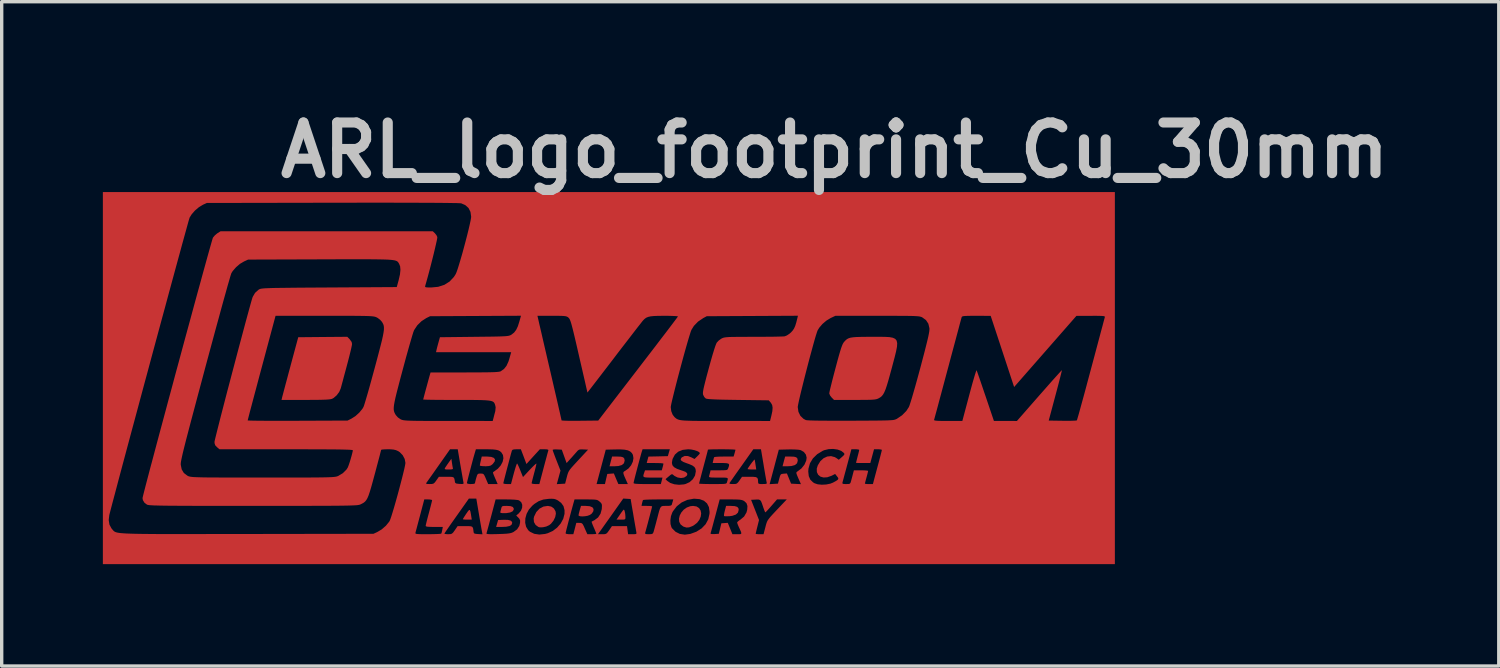
<source format=kicad_pcb>
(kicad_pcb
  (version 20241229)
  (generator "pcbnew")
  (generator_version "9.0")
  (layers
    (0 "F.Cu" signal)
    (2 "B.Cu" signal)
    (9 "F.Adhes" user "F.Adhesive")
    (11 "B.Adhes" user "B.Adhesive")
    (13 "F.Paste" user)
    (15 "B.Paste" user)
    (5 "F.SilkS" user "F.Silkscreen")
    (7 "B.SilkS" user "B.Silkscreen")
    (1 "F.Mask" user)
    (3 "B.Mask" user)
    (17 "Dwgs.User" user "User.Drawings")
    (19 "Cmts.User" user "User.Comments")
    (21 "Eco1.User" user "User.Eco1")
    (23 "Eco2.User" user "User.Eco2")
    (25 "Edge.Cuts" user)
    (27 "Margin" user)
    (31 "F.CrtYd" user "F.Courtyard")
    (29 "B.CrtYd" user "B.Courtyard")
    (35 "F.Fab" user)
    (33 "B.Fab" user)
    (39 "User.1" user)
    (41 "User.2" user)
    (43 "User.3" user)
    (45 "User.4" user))
  (footprint "ARL_logo_footprint_Cu_30mm"
    (layer "F.Cu")
    (at 14.991 8.16)
    (property "Reference" "ARL_logo_footprint_Cu_30mm" (at 6.706 -6.756 0) (layer "Dwgs.User") (effects (font (size 1.5 1.5) (thickness 0.3))))
    (attr board_only exclude_from_pos_files exclude_from_bom)
    (fp_poly (pts (xy -2.986 4.204) (xy -2.903 4.224) (xy -2.861 4.262) (xy -2.854 4.293) (xy -2.874 4.349) (xy -2.933 4.387) (xy -3.034 4.408) (xy -3.146 4.413) (xy -3.331 4.413) (xy -3.301 4.311) (xy -3.272 4.209) (xy -3.112 4.202)) (stroke (width 0) (type solid)) (fill yes) (layer "F.Cu"))
    (fp_poly (pts (xy 0.369 2.331) (xy 0.435 2.349) (xy 0.469 2.385) (xy 0.48 2.442) (xy 0.48 2.45) (xy 0.459 2.526) (xy 0.396 2.579) (xy 0.293 2.608) (xy 0.193 2.614) (xy 0.032 2.614) (xy 0.069 2.47) (xy 0.107 2.327) (xy 0.265 2.327)) (stroke (width 0) (type solid)) (fill yes) (layer "F.Cu"))
    (fp_poly (pts (xy 5.502 2.331) (xy 5.567 2.349) (xy 5.602 2.384) (xy 5.612 2.442) (xy 5.612 2.45) (xy 5.592 2.526) (xy 5.529 2.579) (xy 5.425 2.608) (xy 5.324 2.614) (xy 5.162 2.614) (xy 5.2 2.47) (xy 5.239 2.327) (xy 5.397 2.327)) (stroke (width 0) (type solid)) (fill yes) (layer "F.Cu"))
    (fp_poly (pts (xy -4.11 3.913) (xy -4.094 3.954) (xy -4.078 4.038) (xy -4.069 4.095) (xy -4.053 4.197) (xy -4.185 4.197) (xy -4.257 4.195) (xy -4.305 4.19) (xy -4.317 4.184) (xy -4.305 4.159) (xy -4.272 4.106) (xy -4.225 4.034) (xy -4.217 4.023) (xy -4.166 3.95) (xy -4.133 3.912)) (stroke (width 0) (type solid)) (fill yes) (layer "F.Cu"))
    (fp_poly (pts (xy 0.469 3.912) (xy 0.484 3.96) (xy 0.497 4.03) (xy 0.503 4.111) (xy 0.503 4.131) (xy 0.501 4.169) (xy 0.485 4.189) (xy 0.444 4.196) (xy 0.371 4.197) (xy 0.238 4.197) (xy 0.335 4.055) (xy 0.385 3.983) (xy 0.427 3.927) (xy 0.452 3.9) (xy 0.453 3.9)) (stroke (width 0) (type solid)) (fill yes) (layer "F.Cu"))
    (fp_poly (pts (xy 4.341 2.448) (xy 4.352 2.512) (xy 4.361 2.572) (xy 4.382 2.71) (xy 4.254 2.71) (xy 4.183 2.708) (xy 4.136 2.702) (xy 4.125 2.697) (xy 4.138 2.67) (xy 4.17 2.621) (xy 4.213 2.56) (xy 4.259 2.498) (xy 4.3 2.447) (xy 4.327 2.418) (xy 4.334 2.415)) (stroke (width 0) (type solid)) (fill yes) (layer "F.Cu"))
    (fp_poly (pts (xy -4.641 2.509) (xy -4.629 2.587) (xy -4.618 2.65) (xy -4.613 2.668) (xy -4.613 2.692) (xy -4.635 2.705) (xy -4.69 2.71) (xy -4.736 2.71) (xy -4.812 2.709) (xy -4.848 2.702) (xy -4.855 2.686) (xy -4.848 2.668) (xy -4.821 2.626) (xy -4.778 2.562) (xy -4.741 2.509) (xy -4.657 2.392)) (stroke (width 0) (type solid)) (fill yes) (layer "F.Cu"))
    (fp_poly (pts (xy 3.741 3.796) (xy 3.814 3.817) (xy 3.852 3.855) (xy 3.862 3.906) (xy 3.84 3.988) (xy 3.777 4.047) (xy 3.672 4.084) (xy 3.593 4.095) (xy 3.512 4.098) (xy 3.452 4.097) (xy 3.427 4.091) (xy 3.424 4.061) (xy 3.434 4) (xy 3.45 3.932) (xy 3.488 3.79) (xy 3.628 3.79)) (stroke (width 0) (type solid)) (fill yes) (layer "F.Cu"))
    (fp_poly (pts (xy -0.553 3.8) (xy -0.476 3.831) (xy -0.442 3.883) (xy -0.448 3.947) (xy -0.492 4.015) (xy -0.553 4.059) (xy -0.619 4.083) (xy -0.698 4.097) (xy -0.777 4.102) (xy -0.843 4.097) (xy -0.882 4.081) (xy -0.887 4.07) (xy -0.881 4.03) (xy -0.864 3.963) (xy -0.851 3.914) (xy -0.814 3.79) (xy -0.673 3.79)) (stroke (width 0) (type solid)) (fill yes) (layer "F.Cu"))
    (fp_poly (pts (xy -3.477 2.337) (xy -3.399 2.366) (xy -3.364 2.411) (xy -3.373 2.471) (xy -3.427 2.543) (xy -3.445 2.56) (xy -3.489 2.592) (xy -3.543 2.608) (xy -3.624 2.614) (xy -3.659 2.614) (xy -3.738 2.611) (xy -3.794 2.603) (xy -3.814 2.592) (xy -3.809 2.558) (xy -3.796 2.494) (xy -3.785 2.448) (xy -3.757 2.327) (xy -3.595 2.327)) (stroke (width 0) (type solid)) (fill yes) (layer "F.Cu"))
    (fp_poly (pts (xy -2.903 3.797) (xy -2.837 3.821) (xy -2.809 3.863) (xy -2.81 3.902) (xy -2.844 3.952) (xy -2.918 3.986) (xy -3.028 4.004) (xy -3.078 4.005) (xy -3.156 4.004) (xy -3.196 3.996) (xy -3.208 3.98) (xy -3.205 3.964) (xy -3.19 3.908) (xy -3.177 3.856) (xy -3.165 3.82) (xy -3.144 3.8) (xy -3.102 3.791) (xy -3.025 3.79) (xy -3.01 3.79)) (stroke (width 0) (type solid)) (fill yes) (layer "F.Cu"))
    (fp_poly (pts (xy -1.697 3.81) (xy -1.617 3.867) (xy -1.569 3.951) (xy -1.559 4.02) (xy -1.579 4.121) (xy -1.63 4.227) (xy -1.703 4.318) (xy -1.758 4.362) (xy -1.846 4.402) (xy -1.945 4.424) (xy -2.034 4.426) (xy -2.075 4.416) (xy -2.16 4.355) (xy -2.209 4.269) (xy -2.218 4.165) (xy -2.205 4.107) (xy -2.14 3.973) (xy -2.046 3.872) (xy -1.928 3.81) (xy -1.798 3.79)) (stroke (width 0) (type solid)) (fill yes) (layer "F.Cu"))
    (fp_poly (pts (xy 2.613 3.807) (xy 2.687 3.855) (xy 2.732 3.926) (xy 2.749 4.012) (xy 2.736 4.106) (xy 2.696 4.202) (xy 2.628 4.291) (xy 2.532 4.366) (xy 2.482 4.392) (xy 2.389 4.427) (xy 2.313 4.432) (xy 2.235 4.408) (xy 2.215 4.399) (xy 2.138 4.339) (xy 2.098 4.261) (xy 2.091 4.171) (xy 2.113 4.076) (xy 2.161 3.984) (xy 2.232 3.902) (xy 2.322 3.838) (xy 2.427 3.799) (xy 2.509 3.79)) (stroke (width 0) (type solid)) (fill yes) (layer "F.Cu"))
    (fp_poly (pts (xy -7.674 -1.153) (xy -7.615 -1.071) (xy -7.603 -1.01) (xy -7.609 -0.967) (xy -7.626 -0.885) (xy -7.653 -0.772) (xy -7.687 -0.634) (xy -7.727 -0.48) (xy -7.757 -0.367) (xy -7.801 -0.203) (xy -7.843 -0.048) (xy -7.879 0.088) (xy -7.909 0.199) (xy -7.93 0.277) (xy -7.938 0.306) (xy -7.984 0.413) (xy -8.06 0.513) (xy -8.149 0.59) (xy -8.196 0.615) (xy -8.232 0.625) (xy -8.289 0.633) (xy -8.373 0.639) (xy -8.488 0.643) (xy -8.639 0.646) (xy -8.83 0.647) (xy -8.983 0.648) (xy -9.694 0.648) (xy -9.678 0.582) (xy -9.669 0.544) (xy -9.648 0.466) (xy -9.618 0.352) (xy -9.58 0.209) (xy -9.535 0.042) (xy -9.486 -0.143) (xy -9.432 -0.341) (xy -9.431 -0.348) (xy -9.198 -1.211) (xy -8.471 -1.218) (xy -7.744 -1.224)) (stroke (width 0) (type solid)) (fill yes) (layer "F.Cu"))
    (fp_poly (pts (xy 8.193 -1.222) (xy 8.329 -1.215) (xy 8.431 -1.196) (xy 8.502 -1.163) (xy 8.544 -1.111) (xy 8.561 -1.035) (xy 8.555 -0.931) (xy 8.529 -0.795) (xy 8.487 -0.623) (xy 8.43 -0.409) (xy 8.405 -0.314) (xy 8.345 -0.094) (xy 8.295 0.086) (xy 8.252 0.228) (xy 8.214 0.339) (xy 8.178 0.424) (xy 8.143 0.486) (xy 8.107 0.532) (xy 8.066 0.567) (xy 8.02 0.595) (xy 8.012 0.599) (xy 7.98 0.614) (xy 7.944 0.626) (xy 7.9 0.634) (xy 7.839 0.64) (xy 7.756 0.644) (xy 7.645 0.646) (xy 7.499 0.647) (xy 7.311 0.648) (xy 7.303 0.648) (xy 6.688 0.648) (xy 6.618 0.577) (xy 6.573 0.519) (xy 6.549 0.463) (xy 6.547 0.452) (xy 6.553 0.415) (xy 6.57 0.338) (xy 6.597 0.228) (xy 6.631 0.09) (xy 6.672 -0.069) (xy 6.718 -0.243) (xy 6.733 -0.299) (xy 6.787 -0.502) (xy 6.832 -0.665) (xy 6.869 -0.791) (xy 6.899 -0.888) (xy 6.925 -0.959) (xy 6.947 -1.011) (xy 6.969 -1.049) (xy 6.99 -1.076) (xy 7.03 -1.119) (xy 7.07 -1.153) (xy 7.116 -1.178) (xy 7.174 -1.197) (xy 7.251 -1.209) (xy 7.352 -1.217) (xy 7.484 -1.221) (xy 7.653 -1.223) (xy 7.808 -1.223) (xy 8.02 -1.224)) (stroke (width 0) (type solid)) (fill yes) (layer "F.Cu"))
    (pad "1" smd custom (at 0 -3.454) (size 1.524 1.524) (layers "F.Cu" "F.Mask" "F.Paste") (options (anchor circle)) (primitives (gr_poly (pts (xy 15.015 3.454) (xy 15.015 8.971) (xy 0.012 8.971) (xy -14.991 8.971) (xy -14.991 7.664) (xy -14.818 7.664) (xy -14.796 7.799) (xy -14.735 7.912) (xy -14.719 7.931) (xy -14.702 7.951) (xy -14.687 7.968) (xy -14.672 7.985) (xy -14.655 7.999) (xy -14.633 8.012) (xy -14.605 8.024) (xy -14.568 8.034) (xy -14.52 8.043) (xy -14.458 8.051) (xy -14.38 8.057) (xy -14.285 8.063) (xy -14.169 8.067) (xy -14.032 8.071) (xy -13.869 8.074) (xy -13.68 8.076) (xy -13.461 8.078) (xy -13.211 8.079) (xy -12.928 8.079) (xy -12.609 8.079) (xy -12.251 8.079) (xy -11.854 8.078) (xy -11.413 8.078) (xy -10.929 8.077) (xy -10.709 8.077) (xy -6.968 8.071) (xy -6.937 8.057) (xy -5.725 8.057) (xy -5.713 8.068) (xy -5.683 8.076) (xy -5.627 8.08) (xy -5.539 8.083) (xy -5.412 8.083) (xy -5.352 8.083) (xy -5.221 8.082) (xy -5.108 8.079) (xy -5.021 8.075) (xy -4.968 8.069) (xy -4.956 8.065) (xy -4.956 8.063) (xy -4.865 8.063) (xy -4.848 8.075) (xy -4.797 8.082) (xy -4.755 8.083) (xy -4.688 8.081) (xy -4.644 8.068) (xy -4.607 8.036) (xy -4.561 7.973) (xy -4.555 7.964) (xy -4.473 7.844) (xy -4.252 7.844) (xy -4.145 7.844) (xy -4.076 7.849) (xy -4.037 7.866) (xy -4.016 7.901) (xy -4.006 7.959) (xy -4 8.012) (xy -3.992 8.047) (xy -3.968 8.066) (xy -3.917 8.075) (xy -3.864 8.079) (xy -3.735 8.086) (xy -3.741 8.056) (xy -3.617 8.056) (xy -3.614 8.069) (xy -3.591 8.077) (xy -3.54 8.082) (xy -3.457 8.083) (xy -3.335 8.081) (xy -3.272 8.079) (xy -3.127 8.074) (xy -3.021 8.068) (xy -2.944 8.059) (xy -2.886 8.047) (xy -2.839 8.029) (xy -2.816 8.018) (xy -2.71 7.94) (xy -2.644 7.839) (xy -2.621 7.746) (xy -2.621 7.744) (xy -2.469 7.744) (xy -2.442 7.864) (xy -2.38 7.964) (xy -2.329 8.009) (xy -2.202 8.071) (xy -2.051 8.094) (xy -1.882 8.076) (xy -1.81 8.057) (xy -1.271 8.057) (xy -1.249 8.073) (xy -1.19 8.082) (xy -1.156 8.083) (xy -1.041 8.083) (xy -0.997 7.916) (xy -0.954 7.748) (xy -0.864 7.748) (xy -0.818 7.75) (xy -0.786 7.762) (xy -0.759 7.793) (xy -0.728 7.853) (xy -0.701 7.916) (xy -0.626 8.083) (xy -0.493 8.083) (xy -0.31 8.083) (xy -0.185 8.083) (xy -0.114 8.082) (xy -0.069 8.07) (xy -0.032 8.038) (xy 0.012 7.978) (xy 0.022 7.964) (xy 0.103 7.844) (xy 0.327 7.844) (xy 0.55 7.844) (xy 0.566 7.964) (xy 0.582 8.083) (xy 0.71 8.083) (xy 0.784 8.082) (xy 0.821 8.075) (xy 0.831 8.055) (xy 0.826 8.018) (xy 0.818 7.974) (xy 0.804 7.891) (xy 0.784 7.779) (xy 0.761 7.645) (xy 0.736 7.499) (xy 0.736 7.496) (xy 0.692 7.244) (xy 0.98 7.244) (xy 1.137 7.244) (xy 1.217 7.246) (xy 1.274 7.251) (xy 1.295 7.258) (xy 1.289 7.284) (xy 1.274 7.347) (xy 1.25 7.437) (xy 1.222 7.546) (xy 1.191 7.663) (xy 1.16 7.781) (xy 1.131 7.888) (xy 1.107 7.976) (xy 1.09 8.036) (xy 1.088 8.042) (xy 1.088 8.067) (xy 1.111 8.079) (xy 1.169 8.083) (xy 1.196 8.083) (xy 1.268 8.081) (xy 1.307 8.069) (xy 1.328 8.039) (xy 1.34 8.006) (xy 1.355 7.952) (xy 1.379 7.864) (xy 1.409 7.754) (xy 1.431 7.667) (xy 1.836 7.667) (xy 1.84 7.782) (xy 1.867 7.876) (xy 1.884 7.906) (xy 1.99 8.012) (xy 2.117 8.075) (xy 2.264 8.097) (xy 2.426 8.075) (xy 2.482 8.055) (xy 3.028 8.055) (xy 3.032 8.073) (xy 3.069 8.08) (xy 3.144 8.079) (xy 3.272 8.071) (xy 3.31 7.916) (xy 3.348 7.76) (xy 3.443 7.753) (xy 3.538 7.746) (xy 3.607 7.915) (xy 3.675 8.083) (xy 3.816 8.083) (xy 3.884 8.084) (xy 3.925 8.078) (xy 3.94 8.059) (xy 3.932 8.019) (xy 3.902 7.949) (xy 3.864 7.868) (xy 3.835 7.8) (xy 3.818 7.75) (xy 3.815 7.736) (xy 3.834 7.71) (xy 3.881 7.672) (xy 3.912 7.652) (xy 4.022 7.559) (xy 4.092 7.439) (xy 4.114 7.358) (xy 4.121 7.247) (xy 4.092 7.163) (xy 4.025 7.101) (xy 4.023 7.099) (xy 3.985 7.08) (xy 3.94 7.067) (xy 3.922 7.064) (xy 4.229 7.064) (xy 4.347 7.364) (xy 4.464 7.663) (xy 4.415 7.86) (xy 4.392 7.952) (xy 4.375 8.024) (xy 4.366 8.065) (xy 4.365 8.071) (xy 4.387 8.078) (xy 4.442 8.083) (xy 4.482 8.083) (xy 4.598 8.083) (xy 4.653 7.874) (xy 4.669 7.811) (xy 4.684 7.761) (xy 4.7 7.716) (xy 4.722 7.673) (xy 4.755 7.626) (xy 4.801 7.569) (xy 4.866 7.497) (xy 4.952 7.405) (xy 5.064 7.287) (xy 5.167 7.178) (xy 5.287 7.052) (xy 5.142 7.052) (xy 4.998 7.052) (xy 4.831 7.244) (xy 4.762 7.323) (xy 4.704 7.386) (xy 4.665 7.426) (xy 4.652 7.436) (xy 4.638 7.415) (xy 4.616 7.36) (xy 4.588 7.282) (xy 4.586 7.274) (xy 4.551 7.171) (xy 4.524 7.106) (xy 4.494 7.07) (xy 4.455 7.056) (xy 4.398 7.055) (xy 4.361 7.057) (xy 4.229 7.064) (xy 3.922 7.064) (xy 3.878 7.058) (xy 3.791 7.054) (xy 3.668 7.052) (xy 3.622 7.052) (xy 3.298 7.052) (xy 3.169 7.538) (xy 3.129 7.685) (xy 3.094 7.817) (xy 3.064 7.927) (xy 3.042 8.007) (xy 3.029 8.05) (xy 3.028 8.055) (xy 2.482 8.055) (xy 2.602 8.011) (xy 2.608 8.009) (xy 2.762 7.911) (xy 2.881 7.787) (xy 2.96 7.64) (xy 2.996 7.475) (xy 2.998 7.422) (xy 2.979 7.281) (xy 2.923 7.171) (xy 2.831 7.091) (xy 2.706 7.044) (xy 2.55 7.031) (xy 2.523 7.032) (xy 2.338 7.066) (xy 2.17 7.142) (xy 2.026 7.255) (xy 1.913 7.403) (xy 1.892 7.441) (xy 1.853 7.548) (xy 1.836 7.667) (xy 1.431 7.667) (xy 1.439 7.64) (xy 1.476 7.496) (xy 1.504 7.392) (xy 1.528 7.321) (xy 1.553 7.277) (xy 1.582 7.254) (xy 1.621 7.245) (xy 1.673 7.244) (xy 1.713 7.244) (xy 1.8 7.242) (xy 1.85 7.233) (xy 1.874 7.215) (xy 1.879 7.202) (xy 1.896 7.144) (xy 1.907 7.106) (xy 1.922 7.052) (xy 1.478 7.052) (xy 1.337 7.053) (xy 1.214 7.056) (xy 1.115 7.06) (xy 1.049 7.065) (xy 1.024 7.07) (xy 1.012 7.104) (xy 0.997 7.162) (xy 0.996 7.166) (xy 0.98 7.244) (xy 0.692 7.244) (xy 0.658 7.04) (xy 0.548 7.033) (xy 0.439 7.026) (xy 0.065 7.555) (xy -0.31 8.083) (xy -0.493 8.083) (xy -0.42 8.081) (xy -0.372 8.075) (xy -0.36 8.07) (xy -0.369 8.042) (xy -0.393 7.983) (xy -0.426 7.904) (xy -0.434 7.887) (xy -0.468 7.807) (xy -0.491 7.745) (xy -0.5 7.714) (xy -0.5 7.713) (xy -0.475 7.698) (xy -0.425 7.672) (xy -0.415 7.667) (xy -0.308 7.587) (xy -0.235 7.475) (xy -0.198 7.338) (xy -0.197 7.318) (xy -0.193 7.238) (xy -0.2 7.189) (xy -0.224 7.152) (xy -0.263 7.116) (xy -0.295 7.091) (xy -0.326 7.073) (xy -0.366 7.062) (xy -0.423 7.056) (xy -0.507 7.053) (xy -0.627 7.052) (xy -0.673 7.052) (xy -1.006 7.052) (xy -1.042 7.178) (xy -1.075 7.299) (xy -1.112 7.434) (xy -1.149 7.573) (xy -1.185 7.708) (xy -1.217 7.832) (xy -1.244 7.937) (xy -1.262 8.013) (xy -1.271 8.054) (xy -1.271 8.057) (xy -1.81 8.057) (xy -1.799 8.054) (xy -1.651 7.987) (xy -1.522 7.888) (xy -1.416 7.765) (xy -1.341 7.626) (xy -1.303 7.481) (xy -1.302 7.371) (xy -1.333 7.251) (xy -1.402 7.155) (xy -1.501 7.081) (xy -1.559 7.052) (xy -1.616 7.036) (xy -1.69 7.032) (xy -1.775 7.035) (xy -1.934 7.056) (xy -2.069 7.104) (xy -2.197 7.186) (xy -2.259 7.239) (xy -2.359 7.352) (xy -2.427 7.479) (xy -2.464 7.613) (xy -2.469 7.744) (xy -2.621 7.744) (xy -2.619 7.676) (xy -2.643 7.624) (xy -2.672 7.592) (xy -2.735 7.529) (xy -2.664 7.47) (xy -2.596 7.39) (xy -2.56 7.3) (xy -2.556 7.212) (xy -2.586 7.135) (xy -2.649 7.081) (xy -2.653 7.079) (xy -2.702 7.068) (xy -2.789 7.059) (xy -2.906 7.054) (xy -3.029 7.052) (xy -3.346 7.052) (xy -3.475 7.538) (xy -3.515 7.685) (xy -3.55 7.817) (xy -3.58 7.927) (xy -3.603 8.008) (xy -3.615 8.052) (xy -3.617 8.056) (xy -3.741 8.056) (xy -3.748 8.019) (xy -3.756 7.975) (xy -3.771 7.892) (xy -3.791 7.779) (xy -3.814 7.645) (xy -3.839 7.497) (xy -3.84 7.49) (xy -3.918 7.028) (xy -4.029 7.028) (xy -4.139 7.028) (xy -4.498 7.536) (xy -4.595 7.673) (xy -4.683 7.798) (xy -4.757 7.905) (xy -4.815 7.989) (xy -4.852 8.044) (xy -4.865 8.063) (xy -4.956 8.063) (xy -4.945 8.032) (xy -4.931 7.972) (xy -4.928 7.957) (xy -4.912 7.868) (xy -5.166 7.868) (xy -5.288 7.866) (xy -5.367 7.861) (xy -5.409 7.851) (xy -5.42 7.838) (xy -5.414 7.805) (xy -5.398 7.735) (xy -5.373 7.636) (xy -5.342 7.518) (xy -5.324 7.453) (xy -5.291 7.328) (xy -5.263 7.22) (xy -5.242 7.136) (xy -5.23 7.085) (xy -5.229 7.075) (xy -5.25 7.062) (xy -5.305 7.054) (xy -5.345 7.052) (xy -5.461 7.052) (xy -5.586 7.526) (xy -5.625 7.672) (xy -5.66 7.804) (xy -5.689 7.914) (xy -5.711 7.994) (xy -5.722 8.038) (xy -5.723 8.042) (xy -5.725 8.057) (xy -6.937 8.057) (xy -6.857 8.02) (xy -6.724 7.941) (xy -6.6 7.833) (xy -6.503 7.714) (xy -6.488 7.69) (xy -6.468 7.642) (xy -6.438 7.555) (xy -6.401 7.435) (xy -6.357 7.29) (xy -6.31 7.126) (xy -6.261 6.951) (xy -6.212 6.77) (xy -6.165 6.592) (xy -6.163 6.584) (xy -5.406 6.584) (xy -5.375 6.594) (xy -5.303 6.596) (xy -5.303 6.596) (xy -5.23 6.594) (xy -5.184 6.58) (xy -5.145 6.545) (xy -5.104 6.488) (xy -5.028 6.381) (xy -4.805 6.381) (xy -4.699 6.381) (xy -4.631 6.385) (xy -4.592 6.4) (xy -4.571 6.431) (xy -4.559 6.485) (xy -4.552 6.536) (xy -4.54 6.565) (xy -4.506 6.582) (xy -4.44 6.59) (xy -4.416 6.592) (xy -4.342 6.595) (xy -4.306 6.59) (xy -4.296 6.572) (xy -4.296 6.568) (xy -4.197 6.568) (xy -4.175 6.587) (xy -4.109 6.596) (xy -4.077 6.596) (xy -4.004 6.592) (xy -3.963 6.579) (xy -3.958 6.57) (xy -3.951 6.534) (xy -3.935 6.468) (xy -3.92 6.414) (xy -3.897 6.341) (xy -3.876 6.302) (xy -3.845 6.287) (xy -3.793 6.285) (xy -3.791 6.285) (xy -3.742 6.287) (xy -3.709 6.299) (xy -3.683 6.332) (xy -3.653 6.394) (xy -3.633 6.441) (xy -3.567 6.596) (xy -3.426 6.596) (xy -3.285 6.596) (xy -3.295 6.574) (xy -3.118 6.574) (xy -3.097 6.587) (xy -3.042 6.595) (xy -3.004 6.596) (xy -2.89 6.596) (xy -2.808 6.286) (xy -2.776 6.173) (xy -2.748 6.08) (xy -2.725 6.015) (xy -2.711 5.986) (xy -2.709 5.986) (xy -2.693 6.011) (xy -2.664 6.071) (xy -2.629 6.153) (xy -2.613 6.193) (xy -2.534 6.389) (xy -2.335 6.175) (xy -2.259 6.096) (xy -2.197 6.035) (xy -2.153 5.997) (xy -2.136 5.989) (xy -2.135 5.99) (xy -2.141 6.024) (xy -2.157 6.094) (xy -2.181 6.189) (xy -2.207 6.285) (xy -2.235 6.392) (xy -2.258 6.483) (xy -2.274 6.547) (xy -2.279 6.573) (xy -2.257 6.587) (xy -2.202 6.595) (xy -2.164 6.596) (xy -2.049 6.596) (xy -1.921 6.111) (xy -1.882 5.964) (xy -1.846 5.832) (xy -1.817 5.722) (xy -1.795 5.642) (xy -1.782 5.599) (xy -1.781 5.595) (xy -1.786 5.584) (xy -1.655 5.584) (xy -1.647 5.613) (xy -1.624 5.677) (xy -1.59 5.769) (xy -1.548 5.878) (xy -1.539 5.901) (xy -1.422 6.198) (xy -1.477 6.398) (xy -1.532 6.599) (xy -1.491 6.596) (xy -0.352 6.596) (xy -0.228 6.596) (xy -0.104 6.596) (xy -0.07 6.447) (xy -0.035 6.297) (xy 0.062 6.289) (xy 0.16 6.282) (xy 0.226 6.439) (xy 0.293 6.596) (xy 0.434 6.596) (xy 0.575 6.596) (xy 0.562 6.568) (xy 0.744 6.568) (xy 0.758 6.579) (xy 0.806 6.588) (xy 0.89 6.593) (xy 1.015 6.596) (xy 1.148 6.596) (xy 1.553 6.596) (xy 1.578 6.5) (xy 1.59 6.451) (xy 1.691 6.451) (xy 1.741 6.501) (xy 1.832 6.563) (xy 1.953 6.603) (xy 2.091 6.618) (xy 2.231 6.607) (xy 2.269 6.599) (xy 4.778 6.599) (xy 4.901 6.592) (xy 5.025 6.584) (xy 5.063 6.441) (xy 5.085 6.362) (xy 5.105 6.318) (xy 5.132 6.298) (xy 5.178 6.291) (xy 5.196 6.289) (xy 5.291 6.282) (xy 5.353 6.433) (xy 5.415 6.584) (xy 5.561 6.592) (xy 5.707 6.599) (xy 5.63 6.426) (xy 5.593 6.339) (xy 5.574 6.285) (xy 5.571 6.255) (xy 5.584 6.236) (xy 5.598 6.227) (xy 5.603 6.223) (xy 5.924 6.223) (xy 5.939 6.361) (xy 5.985 6.466) (xy 6.067 6.546) (xy 6.109 6.572) (xy 6.205 6.604) (xy 6.327 6.616) (xy 6.458 6.609) (xy 6.582 6.584) (xy 6.593 6.579) (xy 6.937 6.579) (xy 6.961 6.592) (xy 7.019 6.596) (xy 7.048 6.596) (xy 7.12 6.595) (xy 7.159 6.584) (xy 7.179 6.554) (xy 7.193 6.506) (xy 7.215 6.425) (xy 7.24 6.331) (xy 7.247 6.303) (xy 7.277 6.189) (xy 7.488 6.189) (xy 7.582 6.191) (xy 7.654 6.196) (xy 7.695 6.203) (xy 7.699 6.207) (xy 7.693 6.238) (xy 7.677 6.302) (xy 7.655 6.386) (xy 7.651 6.399) (xy 7.628 6.484) (xy 7.611 6.549) (xy 7.603 6.583) (xy 7.603 6.584) (xy 7.625 6.591) (xy 7.68 6.596) (xy 7.722 6.596) (xy 7.841 6.596) (xy 7.868 6.494) (xy 7.883 6.437) (xy 7.908 6.343) (xy 7.94 6.224) (xy 7.976 6.09) (xy 8.001 5.998) (xy 8.036 5.867) (xy 8.066 5.752) (xy 8.089 5.661) (xy 8.103 5.602) (xy 8.107 5.584) (xy 8.085 5.573) (xy 8.03 5.566) (xy 7.99 5.565) (xy 7.874 5.565) (xy 7.819 5.769) (xy 7.764 5.973) (xy 7.552 5.973) (xy 7.458 5.972) (xy 7.385 5.971) (xy 7.345 5.968) (xy 7.34 5.967) (xy 7.346 5.942) (xy 7.361 5.883) (xy 7.382 5.801) (xy 7.387 5.781) (xy 7.41 5.693) (xy 7.427 5.624) (xy 7.435 5.586) (xy 7.435 5.583) (xy 7.414 5.573) (xy 7.359 5.566) (xy 7.319 5.565) (xy 7.203 5.565) (xy 7.076 6.039) (xy 7.037 6.185) (xy 7.001 6.316) (xy 6.972 6.426) (xy 6.95 6.507) (xy 6.938 6.551) (xy 6.937 6.554) (xy 6.937 6.579) (xy 6.593 6.579) (xy 6.656 6.554) (xy 6.745 6.506) (xy 6.797 6.471) (xy 6.816 6.441) (xy 6.808 6.409) (xy 6.778 6.369) (xy 6.721 6.297) (xy 6.614 6.351) (xy 6.489 6.395) (xy 6.377 6.402) (xy 6.285 6.376) (xy 6.217 6.32) (xy 6.179 6.24) (xy 6.176 6.139) (xy 6.207 6.041) (xy 6.282 5.919) (xy 6.377 5.831) (xy 6.486 5.78) (xy 6.6 5.768) (xy 6.714 5.799) (xy 6.765 5.83) (xy 6.829 5.876) (xy 6.922 5.795) (xy 6.975 5.746) (xy 6.996 5.714) (xy 6.991 5.688) (xy 6.981 5.675) (xy 6.902 5.613) (xy 6.792 5.573) (xy 6.663 5.555) (xy 6.527 5.561) (xy 6.398 5.592) (xy 6.353 5.611) (xy 6.189 5.711) (xy 6.062 5.835) (xy 5.975 5.979) (xy 5.93 6.14) (xy 5.924 6.223) (xy 5.603 6.223) (xy 5.72 6.135) (xy 5.81 6.023) (xy 5.864 5.901) (xy 5.876 5.814) (xy 5.854 5.723) (xy 5.794 5.645) (xy 5.704 5.593) (xy 5.689 5.588) (xy 5.629 5.578) (xy 5.535 5.572) (xy 5.421 5.569) (xy 5.326 5.57) (xy 5.051 5.577) (xy 4.987 5.817) (xy 4.952 5.947) (xy 4.912 6.1) (xy 4.871 6.252) (xy 4.851 6.328) (xy 4.778 6.599) (xy 2.269 6.599) (xy 2.284 6.595) (xy 2.312 6.583) (xy 2.686 6.583) (xy 2.709 6.587) (xy 2.772 6.591) (xy 2.867 6.594) (xy 2.987 6.596) (xy 3.092 6.596) (xy 3.241 6.596) (xy 3.348 6.595) (xy 3.421 6.592) (xy 3.467 6.586) (xy 3.494 6.577) (xy 3.503 6.566) (xy 3.589 6.566) (xy 3.59 6.585) (xy 3.628 6.594) (xy 3.691 6.596) (xy 3.762 6.594) (xy 3.808 6.58) (xy 3.846 6.543) (xy 3.886 6.488) (xy 3.96 6.381) (xy 4.184 6.381) (xy 4.296 6.382) (xy 4.369 6.39) (xy 4.411 6.411) (xy 4.43 6.449) (xy 4.436 6.51) (xy 4.437 6.542) (xy 4.441 6.573) (xy 4.462 6.589) (xy 4.511 6.596) (xy 4.571 6.596) (xy 4.647 6.594) (xy 4.685 6.586) (xy 4.695 6.569) (xy 4.693 6.554) (xy 4.685 6.519) (xy 4.671 6.443) (xy 4.652 6.337) (xy 4.63 6.207) (xy 4.605 6.061) (xy 4.602 6.039) (xy 4.522 5.565) (xy 4.409 5.565) (xy 4.295 5.565) (xy 3.951 6.051) (xy 3.855 6.186) (xy 3.768 6.309) (xy 3.694 6.415) (xy 3.637 6.497) (xy 3.6 6.549) (xy 3.589 6.566) (xy 3.503 6.566) (xy 3.507 6.563) (xy 3.514 6.543) (xy 3.514 6.542) (xy 3.531 6.484) (xy 3.539 6.445) (xy 3.53 6.421) (xy 3.497 6.409) (xy 3.433 6.405) (xy 3.333 6.404) (xy 3.262 6.405) (xy 3.14 6.404) (xy 3.058 6.402) (xy 3.009 6.396) (xy 2.986 6.387) (xy 2.981 6.372) (xy 2.983 6.363) (xy 2.998 6.307) (xy 3.012 6.255) (xy 3.027 6.189) (xy 3.277 6.189) (xy 3.389 6.188) (xy 3.462 6.185) (xy 3.506 6.178) (xy 3.53 6.165) (xy 3.544 6.142) (xy 3.55 6.127) (xy 3.573 6.061) (xy 3.577 6.017) (xy 3.556 5.991) (xy 3.504 5.978) (xy 3.414 5.973) (xy 3.332 5.973) (xy 3.09 5.973) (xy 3.107 5.895) (xy 3.121 5.836) (xy 3.134 5.8) (xy 3.134 5.799) (xy 3.161 5.792) (xy 3.226 5.786) (xy 3.319 5.782) (xy 3.427 5.781) (xy 3.71 5.781) (xy 3.738 5.688) (xy 3.755 5.626) (xy 3.765 5.585) (xy 3.766 5.58) (xy 3.743 5.575) (xy 3.68 5.571) (xy 3.585 5.568) (xy 3.465 5.566) (xy 3.358 5.565) (xy 3.224 5.566) (xy 3.109 5.567) (xy 3.02 5.57) (xy 2.964 5.573) (xy 2.95 5.576) (xy 2.944 5.601) (xy 2.928 5.665) (xy 2.902 5.763) (xy 2.87 5.885) (xy 2.832 6.026) (xy 2.818 6.078) (xy 2.779 6.224) (xy 2.745 6.354) (xy 2.717 6.461) (xy 2.697 6.538) (xy 2.687 6.579) (xy 2.686 6.583) (xy 2.312 6.583) (xy 2.406 6.54) (xy 2.503 6.452) (xy 2.567 6.343) (xy 2.59 6.22) (xy 2.59 6.218) (xy 2.581 6.146) (xy 2.549 6.091) (xy 2.486 6.045) (xy 2.386 6.002) (xy 2.333 5.984) (xy 2.223 5.942) (xy 2.159 5.902) (xy 2.14 5.862) (xy 2.163 5.819) (xy 2.179 5.803) (xy 2.261 5.763) (xy 2.357 5.766) (xy 2.458 5.805) (xy 2.552 5.853) (xy 2.631 5.776) (xy 2.679 5.727) (xy 2.707 5.69) (xy 2.71 5.681) (xy 2.688 5.649) (xy 2.63 5.618) (xy 2.548 5.591) (xy 2.454 5.572) (xy 2.363 5.565) (xy 2.2 5.583) (xy 2.069 5.636) (xy 1.97 5.723) (xy 1.905 5.844) (xy 1.895 5.878) (xy 1.881 5.967) (xy 1.896 6.038) (xy 1.945 6.096) (xy 2.032 6.145) (xy 2.162 6.191) (xy 2.186 6.198) (xy 2.283 6.234) (xy 2.333 6.276) (xy 2.336 6.323) (xy 2.313 6.359) (xy 2.242 6.404) (xy 2.15 6.418) (xy 2.051 6.402) (xy 1.96 6.357) (xy 1.933 6.335) (xy 1.902 6.309) (xy 1.876 6.305) (xy 1.841 6.325) (xy 1.787 6.37) (xy 1.691 6.451) (xy 1.59 6.451) (xy 1.602 6.405) (xy 1.317 6.405) (xy 1.191 6.404) (xy 1.106 6.4) (xy 1.056 6.39) (xy 1.035 6.368) (xy 1.036 6.333) (xy 1.052 6.281) (xy 1.058 6.264) (xy 1.084 6.189) (xy 1.332 6.189) (xy 1.581 6.189) (xy 1.606 6.099) (xy 1.622 6.036) (xy 1.63 5.995) (xy 1.631 5.991) (xy 1.609 5.983) (xy 1.548 5.977) (xy 1.46 5.974) (xy 1.382 5.973) (xy 1.134 5.973) (xy 1.159 5.878) (xy 1.185 5.782) (xy 1.473 5.776) (xy 1.761 5.769) (xy 1.79 5.667) (xy 1.82 5.565) (xy 1.415 5.565) (xy 1.011 5.565) (xy 0.986 5.643) (xy 0.968 5.704) (xy 0.943 5.796) (xy 0.912 5.909) (xy 0.878 6.035) (xy 0.844 6.165) (xy 0.811 6.291) (xy 0.782 6.403) (xy 0.76 6.492) (xy 0.747 6.55) (xy 0.744 6.568) (xy 0.562 6.568) (xy 0.513 6.459) (xy 0.469 6.36) (xy 0.446 6.296) (xy 0.441 6.256) (xy 0.454 6.231) (xy 0.485 6.21) (xy 0.495 6.205) (xy 0.595 6.133) (xy 0.672 6.04) (xy 0.722 5.935) (xy 0.741 5.828) (xy 0.725 5.731) (xy 0.694 5.677) (xy 0.644 5.63) (xy 0.575 5.597) (xy 0.479 5.577) (xy 0.351 5.569) (xy 0.194 5.57) (xy -0.08 5.577) (xy -0.216 6.087) (xy -0.352 6.596) (xy -1.491 6.596) (xy -1.409 6.592) (xy -1.285 6.584) (xy -1.236 6.394) (xy -1.218 6.325) (xy -1.2 6.27) (xy -1.177 6.22) (xy -1.144 6.169) (xy -1.095 6.108) (xy -1.025 6.03) (xy -0.93 5.927) (xy -0.896 5.89) (xy -0.605 5.577) (xy -0.74 5.57) (xy -0.82 5.568) (xy -0.871 5.577) (xy -0.908 5.602) (xy -0.933 5.63) (xy -0.978 5.681) (xy -1.042 5.753) (xy -1.111 5.831) (xy -1.116 5.835) (xy -1.241 5.974) (xy -1.313 5.775) (xy -1.384 5.577) (xy -1.52 5.57) (xy -1.593 5.569) (xy -1.642 5.575) (xy -1.655 5.584) (xy -1.786 5.584) (xy -1.789 5.577) (xy -1.835 5.567) (xy -1.902 5.565) (xy -2.034 5.565) (xy -2.233 5.783) (xy -2.432 6.002) (xy -2.514 5.783) (xy -2.597 5.565) (xy -2.724 5.565) (xy -2.803 5.569) (xy -2.846 5.582) (xy -2.864 5.607) (xy -2.879 5.66) (xy -2.903 5.746) (xy -2.932 5.855) (xy -2.965 5.98) (xy -3 6.111) (xy -3.034 6.24) (xy -3.065 6.36) (xy -3.091 6.46) (xy -3.109 6.534) (xy -3.118 6.571) (xy -3.118 6.574) (xy -3.295 6.574) (xy -3.319 6.518) (xy -3.368 6.406) (xy -3.4 6.33) (xy -3.418 6.282) (xy -3.423 6.255) (xy -3.417 6.24) (xy -3.403 6.231) (xy -3.393 6.225) (xy -3.28 6.142) (xy -3.194 6.044) (xy -3.138 5.938) (xy -3.115 5.832) (xy -3.128 5.735) (xy -3.178 5.655) (xy -3.219 5.621) (xy -3.268 5.596) (xy -3.333 5.58) (xy -3.422 5.57) (xy -3.544 5.566) (xy -3.659 5.565) (xy -3.93 5.565) (xy -3.954 5.643) (xy -3.973 5.708) (xy -4 5.802) (xy -4.031 5.917) (xy -4.065 6.044) (xy -4.099 6.175) (xy -4.132 6.299) (xy -4.16 6.41) (xy -4.182 6.497) (xy -4.195 6.553) (xy -4.197 6.568) (xy -4.296 6.568) (xy -4.3 6.544) (xy -4.308 6.504) (xy -4.322 6.424) (xy -4.341 6.314) (xy -4.364 6.182) (xy -4.389 6.036) (xy -4.391 6.027) (xy -4.469 5.565) (xy -4.583 5.565) (xy -4.697 5.565) (xy -5.039 6.051) (xy -5.134 6.186) (xy -5.221 6.31) (xy -5.296 6.415) (xy -5.354 6.497) (xy -5.391 6.55) (xy -5.404 6.566) (xy -5.406 6.584) (xy -6.163 6.584) (xy -6.121 6.423) (xy -6.083 6.27) (xy -6.052 6.141) (xy -6.031 6.041) (xy -6.021 5.978) (xy -6.02 5.968) (xy -6.042 5.852) (xy -6.101 5.741) (xy -6.188 5.651) (xy -6.235 5.62) (xy -6.301 5.591) (xy -6.372 5.574) (xy -6.463 5.566) (xy -6.54 5.565) (xy -6.631 5.567) (xy -6.701 5.572) (xy -6.737 5.58) (xy -6.74 5.583) (xy -6.747 5.61) (xy -6.764 5.677) (xy -6.79 5.779) (xy -6.825 5.91) (xy -6.866 6.064) (xy -6.911 6.235) (xy -6.93 6.305) (xy -6.988 6.519) (xy -7.036 6.692) (xy -7.077 6.828) (xy -7.113 6.934) (xy -7.147 7.014) (xy -7.181 7.073) (xy -7.217 7.116) (xy -7.259 7.15) (xy -7.307 7.177) (xy -7.351 7.199) (xy -7.367 7.205) (xy -7.386 7.211) (xy -7.41 7.216) (xy -7.443 7.221) (xy -7.487 7.225) (xy -7.544 7.228) (xy -7.617 7.231) (xy -7.709 7.234) (xy -7.821 7.236) (xy -7.957 7.238) (xy -8.119 7.239) (xy -8.309 7.241) (xy -8.53 7.241) (xy -8.785 7.242) (xy -9.076 7.243) (xy -9.405 7.243) (xy -9.776 7.243) (xy -10.19 7.243) (xy -10.526 7.243) (xy -10.978 7.244) (xy -11.384 7.243) (xy -11.747 7.243) (xy -12.07 7.243) (xy -12.354 7.242) (xy -12.603 7.241) (xy -12.818 7.24) (xy -13.003 7.239) (xy -13.159 7.237) (xy -13.289 7.235) (xy -13.396 7.232) (xy -13.481 7.23) (xy -13.549 7.226) (xy -13.599 7.223) (xy -13.637 7.218) (xy -13.662 7.213) (xy -13.68 7.208) (xy -13.682 7.207) (xy -13.757 7.151) (xy -13.804 7.074) (xy -13.815 7.015) (xy -13.809 6.984) (xy -13.791 6.91) (xy -13.762 6.795) (xy -13.723 6.643) (xy -13.674 6.456) (xy -13.617 6.239) (xy -13.554 6) (xy -12.682 6) (xy -12.682 6.022) (xy -12.654 6.161) (xy -12.59 6.268) (xy -12.488 6.346) (xy -12.463 6.359) (xy -12.444 6.367) (xy -12.421 6.373) (xy -12.393 6.379) (xy -12.354 6.384) (xy -12.303 6.389) (xy -12.236 6.392) (xy -12.15 6.395) (xy -12.042 6.398) (xy -11.91 6.4) (xy -11.749 6.401) (xy -11.557 6.402) (xy -11.331 6.403) (xy -11.067 6.403) (xy -10.763 6.403) (xy -10.416 6.403) (xy -10.242 6.403) (xy -9.874 6.403) (xy -9.551 6.403) (xy -9.27 6.403) (xy -9.028 6.403) (xy -8.821 6.402) (xy -8.647 6.401) (xy -8.502 6.399) (xy -8.384 6.397) (xy -8.288 6.394) (xy -8.213 6.391) (xy -8.155 6.387) (xy -8.111 6.382) (xy -8.077 6.377) (xy -8.052 6.37) (xy -8.03 6.363) (xy -8.011 6.355) (xy -7.876 6.274) (xy -7.771 6.17) (xy -7.73 6.107) (xy -7.709 6.055) (xy -7.681 5.974) (xy -7.65 5.876) (xy -7.621 5.775) (xy -7.597 5.684) (xy -7.582 5.618) (xy -7.58 5.595) (xy -7.588 5.589) (xy -7.617 5.585) (xy -7.668 5.58) (xy -7.743 5.577) (xy -7.846 5.574) (xy -7.979 5.571) (xy -8.145 5.569) (xy -8.345 5.568) (xy -8.583 5.566) (xy -8.862 5.566) (xy -9.183 5.565) (xy -9.549 5.565) (xy -9.556 5.565) (xy -11.533 5.565) (xy -11.607 5.503) (xy -11.659 5.448) (xy -11.679 5.386) (xy -11.681 5.345) (xy -11.675 5.312) (xy -11.657 5.236) (xy -11.629 5.121) (xy -11.592 4.973) (xy -11.547 4.795) (xy -11.525 4.709) (xy -10.697 4.709) (xy -10.674 4.712) (xy -10.607 4.715) (xy -10.5 4.717) (xy -10.357 4.719) (xy -10.183 4.72) (xy -9.981 4.721) (xy -9.756 4.721) (xy -9.511 4.721) (xy -9.251 4.72) (xy -9.216 4.72) (xy -7.735 4.714) (xy -7.623 4.658) (xy -7.503 4.582) (xy -7.389 4.479) (xy -7.31 4.383) (xy -6.367 4.383) (xy -6.36 4.431) (xy -6.347 4.473) (xy -6.328 4.512) (xy -6.304 4.553) (xy -6.303 4.553) (xy -6.243 4.621) (xy -6.163 4.676) (xy -6.154 4.68) (xy -6.131 4.69) (xy -6.103 4.698) (xy -6.067 4.705) (xy -6.019 4.71) (xy -5.955 4.715) (xy -5.871 4.718) (xy -5.763 4.721) (xy -5.627 4.723) (xy -5.458 4.724) (xy -5.254 4.724) (xy -5.009 4.725) (xy -4.744 4.725) (xy -3.432 4.726) (xy -3.405 4.624) (xy -3.382 4.533) (xy -3.358 4.443) (xy -3.355 4.43) (xy -3.345 4.32) (xy -3.359 4.256) (xy -3.371 4.22) (xy -3.386 4.19) (xy -3.407 4.165) (xy -3.439 4.146) (xy -3.486 4.131) (xy -3.553 4.12) (xy -3.643 4.112) (xy -3.761 4.107) (xy -3.91 4.104) (xy -4.097 4.102) (xy -4.324 4.102) (xy -4.508 4.102) (xy -4.72 4.102) (xy -4.916 4.101) (xy -5.092 4.1) (xy -5.242 4.098) (xy -5.361 4.096) (xy -5.445 4.093) (xy -5.488 4.091) (xy -5.493 4.09) (xy -5.487 4.063) (xy -5.47 3.998) (xy -5.445 3.904) (xy -5.414 3.789) (xy -5.379 3.661) (xy -5.343 3.529) (xy -5.311 3.412) (xy -5.275 3.287) (xy -4.267 3.287) (xy -4.012 3.286) (xy -3.799 3.285) (xy -3.627 3.284) (xy -3.49 3.281) (xy -3.384 3.278) (xy -3.306 3.273) (xy -3.25 3.267) (xy -3.214 3.26) (xy -3.195 3.253) (xy -3.098 3.185) (xy -3.024 3.092) (xy -2.965 2.963) (xy -2.939 2.881) (xy -2.884 2.687) (xy -3.998 2.687) (xy -5.113 2.687) (xy -5.097 2.615) (xy -5.082 2.552) (xy -5.059 2.466) (xy -5.039 2.393) (xy -4.997 2.243) (xy -3.979 2.231) (xy -3.732 2.228) (xy -3.528 2.226) (xy -3.362 2.223) (xy -3.231 2.22) (xy -3.129 2.216) (xy -3.052 2.212) (xy -2.996 2.206) (xy -2.954 2.199) (xy -2.924 2.19) (xy -2.9 2.18) (xy -2.878 2.167) (xy -2.873 2.164) (xy -2.797 2.104) (xy -2.737 2.025) (xy -2.686 1.918) (xy -2.643 1.781) (xy -2.594 1.608) (xy -2.106 1.608) (xy -2.085 1.698) (xy -2.076 1.736) (xy -2.058 1.818) (xy -2.03 1.937) (xy -1.994 2.091) (xy -1.952 2.274) (xy -1.904 2.482) (xy -1.851 2.71) (xy -1.794 2.956) (xy -1.734 3.214) (xy -1.728 3.238) (xy -1.669 3.494) (xy -1.613 3.737) (xy -1.561 3.961) (xy -1.514 4.164) (xy -1.474 4.34) (xy -1.44 4.487) (xy -1.415 4.6) (xy -1.398 4.674) (xy -1.391 4.707) (xy -1.391 4.708) (xy -1.368 4.713) (xy -1.304 4.717) (xy -1.206 4.72) (xy -1.079 4.721) (xy -0.932 4.721) (xy -0.847 4.72) (xy -0.303 4.714) (xy 0.001 4.318) (xy 1.847 4.318) (xy 1.862 4.436) (xy 1.904 4.541) (xy 1.958 4.61) (xy 1.985 4.634) (xy 2.011 4.655) (xy 2.04 4.672) (xy 2.075 4.686) (xy 2.12 4.698) (xy 2.18 4.707) (xy 2.259 4.714) (xy 2.36 4.718) (xy 2.487 4.722) (xy 2.645 4.724) (xy 2.837 4.725) (xy 3.067 4.725) (xy 3.34 4.725) (xy 3.469 4.725) (xy 4.791 4.726) (xy 4.83 4.571) (xy 4.859 4.435) (xy 4.867 4.332) (xy 4.864 4.313) (xy 5.612 4.313) (xy 5.633 4.456) (xy 5.691 4.574) (xy 5.784 4.663) (xy 5.852 4.699) (xy 5.892 4.705) (xy 5.977 4.71) (xy 6.108 4.714) (xy 6.282 4.717) (xy 6.499 4.718) (xy 6.756 4.719) (xy 7.052 4.719) (xy 7.183 4.719) (xy 7.463 4.717) (xy 7.698 4.716) (xy 7.894 4.715) (xy 8.054 4.713) (xy 8.182 4.711) (xy 8.283 4.708) (xy 8.361 4.704) (xy 8.419 4.7) (xy 8.448 4.696) (xy 9.654 4.696) (xy 9.661 4.707) (xy 9.693 4.715) (xy 9.755 4.721) (xy 9.854 4.724) (xy 9.993 4.725) (xy 10.068 4.725) (xy 10.493 4.725) (xy 10.697 3.959) (xy 10.746 3.777) (xy 10.791 3.612) (xy 10.832 3.47) (xy 10.866 3.355) (xy 10.893 3.272) (xy 10.91 3.228) (xy 10.915 3.221) (xy 10.926 3.25) (xy 10.951 3.319) (xy 10.987 3.423) (xy 11.032 3.554) (xy 11.085 3.709) (xy 11.143 3.881) (xy 11.18 3.988) (xy 11.429 4.725) (xy 11.77 4.725) (xy 12.111 4.726) (xy 12.774 3.969) (xy 12.916 3.808) (xy 13.047 3.659) (xy 13.165 3.525) (xy 13.267 3.412) (xy 13.349 3.321) (xy 13.407 3.257) (xy 13.439 3.224) (xy 13.445 3.22) (xy 13.44 3.244) (xy 13.425 3.309) (xy 13.4 3.409) (xy 13.367 3.538) (xy 13.327 3.692) (xy 13.281 3.865) (xy 13.253 3.97) (xy 13.054 4.714) (xy 13.463 4.72) (xy 13.598 4.721) (xy 13.717 4.72) (xy 13.81 4.717) (xy 13.87 4.713) (xy 13.888 4.708) (xy 13.897 4.682) (xy 13.917 4.614) (xy 13.948 4.507) (xy 13.987 4.366) (xy 14.034 4.194) (xy 14.089 3.995) (xy 14.149 3.774) (xy 14.213 3.533) (xy 14.282 3.277) (xy 14.305 3.191) (xy 14.375 2.93) (xy 14.441 2.683) (xy 14.502 2.453) (xy 14.558 2.244) (xy 14.607 2.06) (xy 14.649 1.905) (xy 14.681 1.783) (xy 14.704 1.698) (xy 14.716 1.654) (xy 14.717 1.65) (xy 14.719 1.635) (xy 14.708 1.624) (xy 14.68 1.616) (xy 14.627 1.612) (xy 14.543 1.609) (xy 14.423 1.608) (xy 14.303 1.609) (xy 13.875 1.61) (xy 12.952 2.664) (xy 12.028 3.719) (xy 11.681 2.664) (xy 11.333 1.609) (xy 10.909 1.608) (xy 10.756 1.608) (xy 10.644 1.61) (xy 10.567 1.613) (xy 10.517 1.619) (xy 10.489 1.628) (xy 10.476 1.641) (xy 10.472 1.65) (xy 10.464 1.68) (xy 10.444 1.752) (xy 10.414 1.862) (xy 10.376 2.007) (xy 10.329 2.182) (xy 10.275 2.384) (xy 10.215 2.607) (xy 10.15 2.849) (xy 10.082 3.105) (xy 10.062 3.179) (xy 9.993 3.437) (xy 9.927 3.683) (xy 9.866 3.911) (xy 9.81 4.118) (xy 9.762 4.299) (xy 9.721 4.451) (xy 9.688 4.57) (xy 9.666 4.652) (xy 9.655 4.692) (xy 9.654 4.696) (xy 8.448 4.696) (xy 8.462 4.694) (xy 8.494 4.686) (xy 8.519 4.677) (xy 8.541 4.667) (xy 8.551 4.662) (xy 8.706 4.557) (xy 8.832 4.429) (xy 8.907 4.313) (xy 8.927 4.263) (xy 8.957 4.171) (xy 8.997 4.043) (xy 9.043 3.884) (xy 9.096 3.7) (xy 9.153 3.495) (xy 9.213 3.275) (xy 9.249 3.143) (xy 9.317 2.884) (xy 9.374 2.668) (xy 9.419 2.489) (xy 9.455 2.344) (xy 9.482 2.229) (xy 9.5 2.139) (xy 9.512 2.07) (xy 9.517 2.019) (xy 9.517 1.98) (xy 9.517 1.977) (xy 9.485 1.842) (xy 9.414 1.734) (xy 9.305 1.655) (xy 9.283 1.644) (xy 9.257 1.636) (xy 9.225 1.628) (xy 9.182 1.622) (xy 9.124 1.618) (xy 9.046 1.614) (xy 8.945 1.611) (xy 8.817 1.61) (xy 8.656 1.609) (xy 8.46 1.608) (xy 8.224 1.608) (xy 7.97 1.608) (xy 6.728 1.608) (xy 6.584 1.676) (xy 6.461 1.751) (xy 6.344 1.851) (xy 6.249 1.962) (xy 6.199 2.045) (xy 6.18 2.099) (xy 6.15 2.192) (xy 6.113 2.318) (xy 6.07 2.472) (xy 6.022 2.648) (xy 5.97 2.839) (xy 5.917 3.041) (xy 5.864 3.246) (xy 5.812 3.449) (xy 5.763 3.645) (xy 5.718 3.826) (xy 5.679 3.988) (xy 5.648 4.124) (xy 5.626 4.229) (xy 5.614 4.296) (xy 5.612 4.313) (xy 4.864 4.313) (xy 4.854 4.254) (xy 4.819 4.191) (xy 4.811 4.181) (xy 4.753 4.114) (xy 3.846 4.102) (xy 3.589 4.098) (xy 3.377 4.094) (xy 3.207 4.089) (xy 3.076 4.083) (xy 2.981 4.077) (xy 2.919 4.069) (xy 2.887 4.061) (xy 2.886 4.06) (xy 2.842 4.017) (xy 2.809 3.954) (xy 2.808 3.952) (xy 2.802 3.925) (xy 2.801 3.89) (xy 2.806 3.841) (xy 2.818 3.773) (xy 2.839 3.682) (xy 2.869 3.561) (xy 2.909 3.405) (xy 2.962 3.21) (xy 2.971 3.175) (xy 3.033 2.95) (xy 3.088 2.759) (xy 3.135 2.606) (xy 3.173 2.492) (xy 3.202 2.42) (xy 3.213 2.401) (xy 3.27 2.34) (xy 3.344 2.287) (xy 3.359 2.279) (xy 3.386 2.266) (xy 3.416 2.256) (xy 3.455 2.248) (xy 3.507 2.242) (xy 3.578 2.237) (xy 3.673 2.234) (xy 3.796 2.233) (xy 3.955 2.232) (xy 4.152 2.231) (xy 4.301 2.231) (xy 4.502 2.231) (xy 4.69 2.229) (xy 4.86 2.228) (xy 5.005 2.225) (xy 5.119 2.222) (xy 5.197 2.219) (xy 5.229 2.215) (xy 5.292 2.189) (xy 5.367 2.139) (xy 5.41 2.102) (xy 5.462 2.045) (xy 5.503 1.984) (xy 5.537 1.908) (xy 5.569 1.805) (xy 5.602 1.673) (xy 5.618 1.606) (xy 4.266 1.613) (xy 2.914 1.62) (xy 2.811 1.675) (xy 2.657 1.779) (xy 2.533 1.907) (xy 2.461 2.023) (xy 2.44 2.076) (xy 2.411 2.168) (xy 2.373 2.293) (xy 2.328 2.447) (xy 2.278 2.622) (xy 2.225 2.813) (xy 2.17 3.015) (xy 2.115 3.221) (xy 2.061 3.425) (xy 2.01 3.622) (xy 1.963 3.806) (xy 1.922 3.971) (xy 1.888 4.111) (xy 1.863 4.221) (xy 1.849 4.294) (xy 1.847 4.318) (xy 0.001 4.318) (xy 0.878 3.179) (xy 1.061 2.94) (xy 1.236 2.713) (xy 1.4 2.499) (xy 1.55 2.302) (xy 1.686 2.125) (xy 1.804 1.97) (xy 1.902 1.84) (xy 1.979 1.738) (xy 2.032 1.667) (xy 2.058 1.63) (xy 2.061 1.626) (xy 2.039 1.62) (xy 1.977 1.615) (xy 1.882 1.611) (xy 1.762 1.608) (xy 1.654 1.608) (xy 1.482 1.609) (xy 1.35 1.614) (xy 1.25 1.624) (xy 1.175 1.641) (xy 1.117 1.666) (xy 1.069 1.702) (xy 1.028 1.743) (xy 1.002 1.774) (xy 0.95 1.841) (xy 0.874 1.937) (xy 0.778 2.061) (xy 0.665 2.208) (xy 0.537 2.374) (xy 0.397 2.555) (xy 0.249 2.748) (xy 0.171 2.851) (xy 0.022 3.046) (xy -0.118 3.228) (xy -0.246 3.395) (xy -0.36 3.543) (xy -0.457 3.669) (xy -0.534 3.769) (xy -0.589 3.839) (xy -0.619 3.877) (xy -0.624 3.882) (xy -0.629 3.858) (xy -0.644 3.792) (xy -0.668 3.688) (xy -0.699 3.551) (xy -0.737 3.386) (xy -0.78 3.198) (xy -0.828 2.991) (xy -0.873 2.796) (xy -0.931 2.542) (xy -0.98 2.331) (xy -1.021 2.158) (xy -1.055 2.019) (xy -1.083 1.911) (xy -1.106 1.828) (xy -1.126 1.767) (xy -1.143 1.724) (xy -1.158 1.695) (xy -1.174 1.674) (xy -1.185 1.663) (xy -1.21 1.643) (xy -1.238 1.629) (xy -1.275 1.619) (xy -1.329 1.613) (xy -1.408 1.609) (xy -1.52 1.608) (xy -1.672 1.608) (xy -1.678 1.608) (xy -2.106 1.608) (xy -2.594 1.608) (xy -2.594 1.606) (xy -3.941 1.613) (xy -5.289 1.62) (xy -5.401 1.675) (xy -5.543 1.767) (xy -5.667 1.888) (xy -5.758 2.025) (xy -5.769 2.048) (xy -5.787 2.096) (xy -5.815 2.186) (xy -5.852 2.312) (xy -5.897 2.467) (xy -5.948 2.648) (xy -6.004 2.848) (xy -6.062 3.063) (xy -6.105 3.223) (xy -6.175 3.484) (xy -6.232 3.703) (xy -6.279 3.885) (xy -6.315 4.033) (xy -6.341 4.153) (xy -6.358 4.248) (xy -6.366 4.323) (xy -6.367 4.383) (xy -7.31 4.383) (xy -7.296 4.366) (xy -7.264 4.312) (xy -7.248 4.27) (xy -7.222 4.187) (xy -7.186 4.067) (xy -7.142 3.917) (xy -7.092 3.741) (xy -7.037 3.543) (xy -6.979 3.33) (xy -6.929 3.147) (xy -6.858 2.882) (xy -6.799 2.658) (xy -6.751 2.472) (xy -6.713 2.32) (xy -6.686 2.196) (xy -6.668 2.098) (xy -6.658 2.02) (xy -6.657 1.958) (xy -6.662 1.908) (xy -6.674 1.866) (xy -6.693 1.827) (xy -6.716 1.787) (xy -6.717 1.786) (xy -6.77 1.726) (xy -6.843 1.671) (xy -6.868 1.657) (xy -6.891 1.647) (xy -6.914 1.638) (xy -6.944 1.631) (xy -6.982 1.625) (xy -7.034 1.62) (xy -7.102 1.616) (xy -7.191 1.613) (xy -7.304 1.611) (xy -7.446 1.609) (xy -7.62 1.608) (xy -7.83 1.608) (xy -8.079 1.608) (xy -8.372 1.608) (xy -8.421 1.608) (xy -9.871 1.608) (xy -10.284 3.149) (xy -10.355 3.413) (xy -10.421 3.662) (xy -10.483 3.894) (xy -10.539 4.105) (xy -10.588 4.29) (xy -10.63 4.447) (xy -10.662 4.57) (xy -10.684 4.657) (xy -10.696 4.702) (xy -10.697 4.709) (xy -11.525 4.709) (xy -11.495 4.59) (xy -11.436 4.363) (xy -11.373 4.119) (xy -11.306 3.86) (xy -11.235 3.592) (xy -11.163 3.318) (xy -11.09 3.042) (xy -11.018 2.768) (xy -10.947 2.5) (xy -10.878 2.243) (xy -10.813 2) (xy -10.753 1.776) (xy -10.698 1.574) (xy -10.65 1.399) (xy -10.61 1.254) (xy -10.579 1.144) (xy -10.557 1.072) (xy -10.549 1.049) (xy -10.478 0.927) (xy -10.376 0.835) (xy -10.353 0.822) (xy -10.337 0.814) (xy -10.315 0.808) (xy -10.283 0.802) (xy -10.239 0.797) (xy -10.18 0.792) (xy -10.103 0.789) (xy -10.003 0.785) (xy -9.88 0.782) (xy -9.728 0.78) (xy -9.545 0.778) (xy -9.328 0.775) (xy -9.074 0.773) (xy -8.78 0.771) (xy -8.442 0.769) (xy -8.277 0.768) (xy -6.277 0.756) (xy -6.221 0.552) (xy -6.182 0.381) (xy -6.168 0.246) (xy -6.177 0.141) (xy -6.205 0.071) (xy -6.219 0.046) (xy -6.232 0.025) (xy -6.247 0.007) (xy -6.267 -0.009) (xy -6.295 -0.023) (xy -6.334 -0.035) (xy -6.388 -0.044) (xy -6.458 -0.052) (xy -6.548 -0.058) (xy -6.66 -0.062) (xy -6.799 -0.065) (xy -6.966 -0.067) (xy -7.165 -0.069) (xy -7.398 -0.069) (xy -7.669 -0.068) (xy -7.981 -0.068) (xy -8.336 -0.067) (xy -8.543 -0.066) (xy -10.685 -0.059) (xy -10.805 -0.004) (xy -10.927 0.068) (xy -11.043 0.168) (xy -11.14 0.279) (xy -11.181 0.345) (xy -11.193 0.38) (xy -11.217 0.458) (xy -11.251 0.576) (xy -11.296 0.732) (xy -11.349 0.923) (xy -11.411 1.144) (xy -11.48 1.394) (xy -11.555 1.67) (xy -11.637 1.968) (xy -11.723 2.285) (xy -11.813 2.619) (xy -11.907 2.966) (xy -11.96 3.163) (xy -12.072 3.583) (xy -12.173 3.96) (xy -12.262 4.295) (xy -12.341 4.591) (xy -12.41 4.851) (xy -12.469 5.078) (xy -12.52 5.272) (xy -12.562 5.438) (xy -12.597 5.578) (xy -12.625 5.694) (xy -12.646 5.788) (xy -12.662 5.863) (xy -12.673 5.922) (xy -12.68 5.967) (xy -12.682 6) (xy -13.554 6) (xy -13.551 5.992) (xy -13.479 5.721) (xy -13.401 5.427) (xy -13.317 5.113) (xy -13.228 4.783) (xy -13.136 4.44) (xy -13.041 4.085) (xy -12.943 3.724) (xy -12.845 3.357) (xy -12.745 2.989) (xy -12.646 2.623) (xy -12.548 2.26) (xy -12.451 1.905) (xy -12.357 1.56) (xy -12.267 1.228) (xy -12.181 0.913) (xy -12.099 0.617) (xy -12.024 0.342) (xy -11.955 0.093) (xy -11.894 -0.128) (xy -11.841 -0.318) (xy -11.797 -0.474) (xy -11.763 -0.593) (xy -11.74 -0.672) (xy -11.728 -0.708) (xy -11.727 -0.71) (xy -11.673 -0.775) (xy -11.604 -0.834) (xy -11.589 -0.844) (xy -11.501 -0.899) (xy -8.355 -0.899) (xy -5.209 -0.899) (xy -5.149 -0.843) (xy -5.102 -0.786) (xy -5.075 -0.729) (xy -5.075 -0.729) (xy -5.077 -0.695) (xy -5.091 -0.62) (xy -5.115 -0.513) (xy -5.146 -0.379) (xy -5.183 -0.224) (xy -5.225 -0.056) (xy -5.27 0.12) (xy -5.316 0.296) (xy -5.362 0.467) (xy -5.406 0.625) (xy -5.435 0.726) (xy -5.437 0.747) (xy -5.42 0.76) (xy -5.376 0.766) (xy -5.296 0.768) (xy -5.255 0.768) (xy -5.048 0.748) (xy -4.865 0.689) (xy -4.71 0.591) (xy -4.584 0.457) (xy -4.528 0.369) (xy -4.503 0.31) (xy -4.469 0.213) (xy -4.429 0.084) (xy -4.383 -0.069) (xy -4.334 -0.239) (xy -4.285 -0.419) (xy -4.236 -0.602) (xy -4.19 -0.78) (xy -4.149 -0.945) (xy -4.115 -1.092) (xy -4.089 -1.211) (xy -4.074 -1.297) (xy -4.071 -1.331) (xy -4.091 -1.473) (xy -4.15 -1.589) (xy -4.246 -1.675) (xy -4.366 -1.727) (xy -4.404 -1.73) (xy -4.491 -1.734) (xy -4.625 -1.736) (xy -4.806 -1.739) (xy -5.035 -1.741) (xy -5.311 -1.743) (xy -5.633 -1.744) (xy -6.003 -1.745) (xy -6.419 -1.746) (xy -6.882 -1.746) (xy -7.391 -1.746) (xy -7.946 -1.745) (xy -8.183 -1.745) (xy -11.908 -1.738) (xy -12.022 -1.686) (xy -12.143 -1.613) (xy -12.26 -1.514) (xy -12.358 -1.402) (xy -12.42 -1.302) (xy -12.429 -1.271) (xy -12.451 -1.197) (xy -12.483 -1.082) (xy -12.525 -0.929) (xy -12.577 -0.741) (xy -12.638 -0.52) (xy -12.706 -0.269) (xy -12.782 0.008) (xy -12.864 0.309) (xy -12.952 0.632) (xy -13.045 0.974) (xy -13.141 1.331) (xy -13.242 1.701) (xy -13.345 2.082) (xy -13.45 2.47) (xy -13.556 2.863) (xy -13.662 3.258) (xy -13.769 3.652) (xy -13.874 4.043) (xy -13.977 4.427) (xy -14.078 4.802) (xy -14.176 5.165) (xy -14.269 5.513) (xy -14.358 5.844) (xy -14.441 6.155) (xy -14.518 6.443) (xy -14.587 6.705) (xy -14.649 6.939) (xy -14.703 7.141) (xy -14.747 7.309) (xy -14.781 7.44) (xy -14.8 7.514) (xy -14.818 7.664) (xy -14.991 7.664) (xy -14.991 3.454) (xy -14.991 -2.062) (xy 0.012 -2.062) (xy 15.015 -2.062)) (width 0) (fill yes))))
    (zone (net_name "") (layer "F.Cu") (hatch edge 0.5) (connect_pads) (min_thickness 0.25) (filled_areas_thickness no) (keepout (tracks not_allowed) (vias not_allowed) (pads not_allowed) (copperpour not_allowed) (footprints not_allowed)) (placement (enabled no)) (fill) (polygon (pts (xy 0.005 2.623) (xy 0.005 13.698) (xy 30.027 13.698) (xy 30.027 2.623)))))
  (gr_rect
    (start -3 -3)
    (end 41.389 16.698)
    (stroke (width 0.1) (type default))
    (fill no)
    (layer "Edge.Cuts")))
</source>
